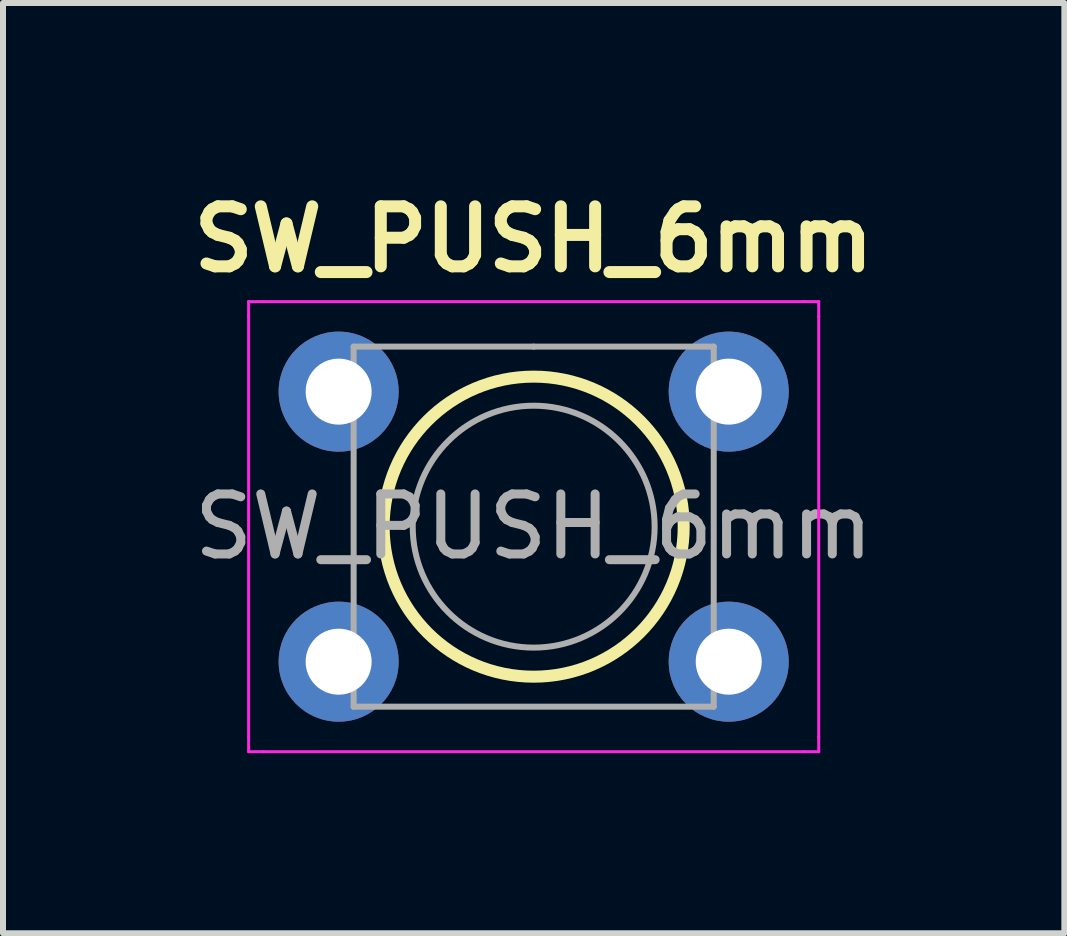
<source format=kicad_pcb>
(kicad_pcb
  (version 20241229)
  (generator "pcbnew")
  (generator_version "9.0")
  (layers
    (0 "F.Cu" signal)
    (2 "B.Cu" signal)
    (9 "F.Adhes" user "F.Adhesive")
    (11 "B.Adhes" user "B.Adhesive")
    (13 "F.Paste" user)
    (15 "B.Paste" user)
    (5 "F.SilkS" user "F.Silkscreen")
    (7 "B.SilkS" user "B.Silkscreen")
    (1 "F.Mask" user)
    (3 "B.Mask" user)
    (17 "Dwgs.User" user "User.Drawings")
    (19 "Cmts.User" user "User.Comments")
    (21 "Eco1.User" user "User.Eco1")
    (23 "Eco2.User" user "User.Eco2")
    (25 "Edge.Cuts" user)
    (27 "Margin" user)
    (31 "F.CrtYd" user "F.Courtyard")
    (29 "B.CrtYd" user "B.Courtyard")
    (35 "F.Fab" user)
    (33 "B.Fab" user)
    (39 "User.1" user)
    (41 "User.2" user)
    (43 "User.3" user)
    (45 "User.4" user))
  (footprint "SW_PUSH_6mm"
    (layer "F.Cu")
    (at 2.593 3.476)
    (property "Reference" "SW_PUSH_6mm" (at 3.25 -2.54 0) (unlocked yes) (layer "F.SilkS") (effects (font (size 1 1) (thickness 0.2))))
    (attr through_hole)
    (fp_circle (center 3.25 2.25) (end 5.75 2.25) (stroke (width 0.2) (type solid)) (fill no) (layer "F.SilkS"))
    (fp_line (start -1.5 -1.5) (end -1.25 -1.5) (stroke (width 0.05) (type solid)) (layer "F.CrtYd"))
    (fp_line (start -1.5 -1.25) (end -1.5 -1.5) (stroke (width 0.05) (type solid)) (layer "F.CrtYd"))
    (fp_line (start -1.5 5.75) (end -1.5 -1.25) (stroke (width 0.05) (type solid)) (layer "F.CrtYd"))
    (fp_line (start -1.5 5.75) (end -1.5 6) (stroke (width 0.05) (type solid)) (layer "F.CrtYd"))
    (fp_line (start -1.5 6) (end -1.25 6) (stroke (width 0.05) (type solid)) (layer "F.CrtYd"))
    (fp_line (start -1.25 -1.5) (end 7.75 -1.5) (stroke (width 0.05) (type solid)) (layer "F.CrtYd"))
    (fp_line (start 7.75 -1.5) (end 8 -1.5) (stroke (width 0.05) (type solid)) (layer "F.CrtYd"))
    (fp_line (start 7.75 6) (end -1.25 6) (stroke (width 0.05) (type solid)) (layer "F.CrtYd"))
    (fp_line (start 7.75 6) (end 8 6) (stroke (width 0.05) (type solid)) (layer "F.CrtYd"))
    (fp_line (start 8 -1.5) (end 8 -1.25) (stroke (width 0.05) (type solid)) (layer "F.CrtYd"))
    (fp_line (start 8 -1.25) (end 8 5.75) (stroke (width 0.05) (type solid)) (layer "F.CrtYd"))
    (fp_line (start 8 6) (end 8 5.75) (stroke (width 0.05) (type solid)) (layer "F.CrtYd"))
    (fp_line (start 0.25 -0.75) (end 3.25 -0.75) (stroke (width 0.1) (type solid)) (layer "F.Fab"))
    (fp_line (start 0.25 5.25) (end 0.25 -0.75) (stroke (width 0.1) (type solid)) (layer "F.Fab"))
    (fp_line (start 3.25 -0.75) (end 6.25 -0.75) (stroke (width 0.1) (type solid)) (layer "F.Fab"))
    (fp_line (start 6.25 -0.75) (end 6.25 5.25) (stroke (width 0.1) (type solid)) (layer "F.Fab"))
    (fp_line (start 6.25 5.25) (end 0.25 5.25) (stroke (width 0.1) (type solid)) (layer "F.Fab"))
    (fp_circle (center 3.25 2.25) (end 1.25 2.5) (stroke (width 0.1) (type solid)) (fill no) (layer "F.Fab"))
    (fp_text user "${REFERENCE}" (at 3.25 2.25 0) (layer "F.Fab") (effects (font (size 1 1) (thickness 0.15))))
    (pad "1" thru_hole circle (at 0 0 90) (size 2 2) (drill 1.1) (layers "*.Cu" "*.Mask"))
    (pad "1" thru_hole circle (at 6.5 0 90) (size 2 2) (drill 1.1) (layers "*.Cu" "*.Mask"))
    (pad "2" thru_hole circle (at 0 4.5 90) (size 2 2) (drill 1.1) (layers "*.Cu" "*.Mask"))
    (pad "2" thru_hole circle (at 6.5 4.5 90) (size 2 2) (drill 1.1) (layers "*.Cu" "*.Mask")))
  (gr_rect
    (start -3 -3)
    (end 14.686 12.501)
    (stroke (width 0.1) (type default))
    (fill no)
    (layer "Edge.Cuts")))
</source>
